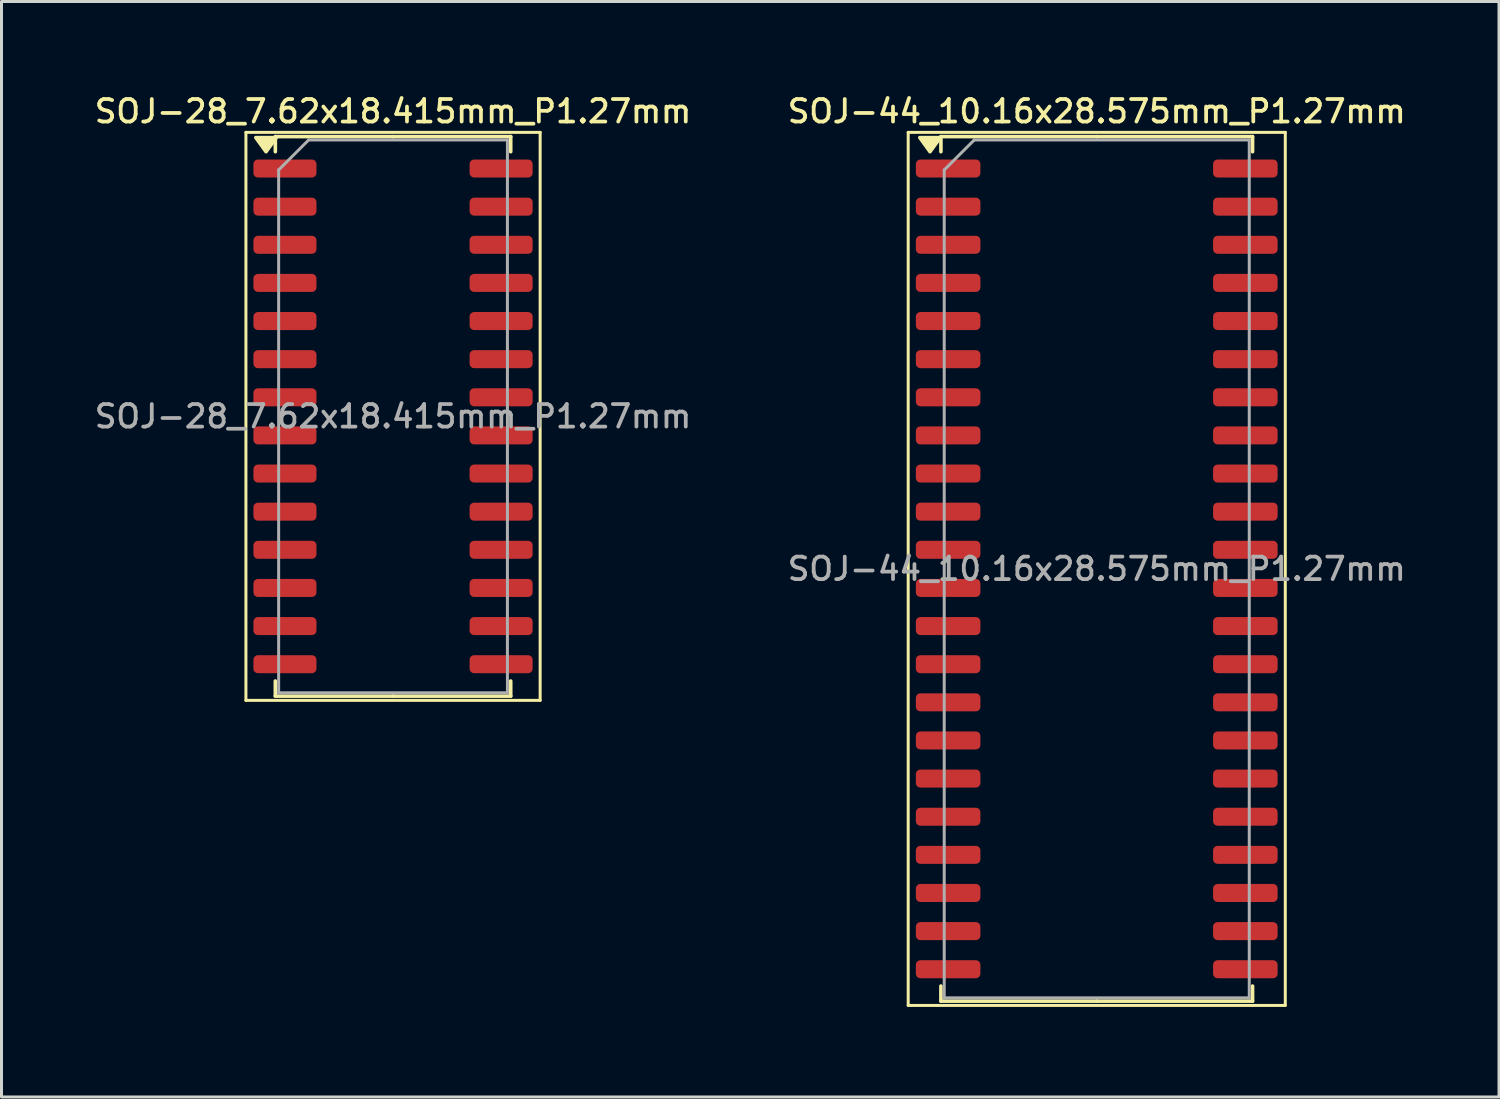
<source format=kicad_pcb>
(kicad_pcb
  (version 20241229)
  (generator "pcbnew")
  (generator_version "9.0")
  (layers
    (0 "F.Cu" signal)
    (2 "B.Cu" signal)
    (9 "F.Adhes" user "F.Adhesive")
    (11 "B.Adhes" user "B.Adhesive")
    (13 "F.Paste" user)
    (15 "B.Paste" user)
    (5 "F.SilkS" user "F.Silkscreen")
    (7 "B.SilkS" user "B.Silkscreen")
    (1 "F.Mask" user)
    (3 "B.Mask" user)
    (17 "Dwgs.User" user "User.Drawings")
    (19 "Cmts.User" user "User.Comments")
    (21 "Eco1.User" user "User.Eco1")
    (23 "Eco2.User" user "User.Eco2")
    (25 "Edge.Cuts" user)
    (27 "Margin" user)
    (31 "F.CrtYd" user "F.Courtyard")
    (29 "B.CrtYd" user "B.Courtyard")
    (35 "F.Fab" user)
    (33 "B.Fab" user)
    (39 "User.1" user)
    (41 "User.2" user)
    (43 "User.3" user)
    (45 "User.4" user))
  (footprint "SOJ-44_10.16x28.575mm_P1.27mm"
    (layer "F.Cu")
    (at 33.48 15.898)
    (property "Reference" "SOJ-44_10.16x28.575mm_P1.27mm" (at 0 -15.24 0) (layer "F.SilkS") (effects (font (size 0.75 0.75) (thickness 0.125))))
    (attr smd)
    (fp_line (start -6.28 -14.54) (end -6.28 14.54) (stroke (width 0.1) (type solid)) (layer "F.SilkS"))
    (fp_line (start -6.28 14.54) (end 6.28 14.54) (stroke (width 0.1) (type solid)) (layer "F.SilkS"))
    (fp_line (start -5.19 -14.398) (end -5.19 -13.895) (stroke (width 0.12) (type solid)) (layer "F.SilkS"))
    (fp_line (start -5.19 14.398) (end -5.19 13.895) (stroke (width 0.12) (type solid)) (layer "F.SilkS"))
    (fp_line (start 0 -14.398) (end -5.19 -14.398) (stroke (width 0.12) (type solid)) (layer "F.SilkS"))
    (fp_line (start 0 -14.398) (end 5.19 -14.398) (stroke (width 0.12) (type solid)) (layer "F.SilkS"))
    (fp_line (start 0 14.398) (end -5.19 14.398) (stroke (width 0.12) (type solid)) (layer "F.SilkS"))
    (fp_line (start 0 14.398) (end 5.19 14.398) (stroke (width 0.12) (type solid)) (layer "F.SilkS"))
    (fp_line (start 5.19 -14.398) (end 5.19 -13.895) (stroke (width 0.12) (type solid)) (layer "F.SilkS"))
    (fp_line (start 5.19 14.398) (end 5.19 13.895) (stroke (width 0.12) (type solid)) (layer "F.SilkS"))
    (fp_line (start 6.28 -14.54) (end -6.28 -14.54) (stroke (width 0.1) (type solid)) (layer "F.SilkS"))
    (fp_line (start 6.28 14.54) (end 6.28 -14.54) (stroke (width 0.1) (type solid)) (layer "F.SilkS"))
    (fp_poly (pts (xy -5.553 -13.895) (xy -5.893 -14.365) (xy -5.213 -14.365) (xy -5.553 -13.895)) (stroke (width 0.12) (type solid)) (fill yes) (layer "F.SilkS"))
    (fp_line (start -5.08 -13.287) (end -4.08 -14.287) (stroke (width 0.1) (type solid)) (layer "F.Fab"))
    (fp_line (start -5.08 14.287) (end -5.08 -13.287) (stroke (width 0.1) (type solid)) (layer "F.Fab"))
    (fp_line (start -4.08 -14.287) (end 5.08 -14.287) (stroke (width 0.1) (type solid)) (layer "F.Fab"))
    (fp_line (start 5.08 -14.287) (end 5.08 14.287) (stroke (width 0.1) (type solid)) (layer "F.Fab"))
    (fp_line (start 5.08 14.287) (end -5.08 14.287) (stroke (width 0.1) (type solid)) (layer "F.Fab"))
    (fp_text user "${REFERENCE}" (at 0 0 0) (layer "F.Fab") (effects (font (size 0.75 0.75) (thickness 0.125))))
    (pad "1" smd roundrect (at -4.95 -13.335) (size 2.15 0.6) (layers "F.Cu" "F.Mask" "F.Paste") (roundrect_rratio 0.25))
    (pad "2" smd roundrect (at -4.95 -12.065) (size 2.15 0.6) (layers "F.Cu" "F.Mask" "F.Paste") (roundrect_rratio 0.25))
    (pad "3" smd roundrect (at -4.95 -10.795) (size 2.15 0.6) (layers "F.Cu" "F.Mask" "F.Paste") (roundrect_rratio 0.25))
    (pad "4" smd roundrect (at -4.95 -9.525) (size 2.15 0.6) (layers "F.Cu" "F.Mask" "F.Paste") (roundrect_rratio 0.25))
    (pad "5" smd roundrect (at -4.95 -8.255) (size 2.15 0.6) (layers "F.Cu" "F.Mask" "F.Paste") (roundrect_rratio 0.25))
    (pad "6" smd roundrect (at -4.95 -6.985) (size 2.15 0.6) (layers "F.Cu" "F.Mask" "F.Paste") (roundrect_rratio 0.25))
    (pad "7" smd roundrect (at -4.95 -5.715) (size 2.15 0.6) (layers "F.Cu" "F.Mask" "F.Paste") (roundrect_rratio 0.25))
    (pad "8" smd roundrect (at -4.95 -4.445) (size 2.15 0.6) (layers "F.Cu" "F.Mask" "F.Paste") (roundrect_rratio 0.25))
    (pad "9" smd roundrect (at -4.95 -3.175) (size 2.15 0.6) (layers "F.Cu" "F.Mask" "F.Paste") (roundrect_rratio 0.25))
    (pad "10" smd roundrect (at -4.95 -1.905) (size 2.15 0.6) (layers "F.Cu" "F.Mask" "F.Paste") (roundrect_rratio 0.25))
    (pad "11" smd roundrect (at -4.95 -0.635) (size 2.15 0.6) (layers "F.Cu" "F.Mask" "F.Paste") (roundrect_rratio 0.25))
    (pad "12" smd roundrect (at -4.95 0.635) (size 2.15 0.6) (layers "F.Cu" "F.Mask" "F.Paste") (roundrect_rratio 0.25))
    (pad "13" smd roundrect (at -4.95 1.905) (size 2.15 0.6) (layers "F.Cu" "F.Mask" "F.Paste") (roundrect_rratio 0.25))
    (pad "14" smd roundrect (at -4.95 3.175) (size 2.15 0.6) (layers "F.Cu" "F.Mask" "F.Paste") (roundrect_rratio 0.25))
    (pad "15" smd roundrect (at -4.95 4.445) (size 2.15 0.6) (layers "F.Cu" "F.Mask" "F.Paste") (roundrect_rratio 0.25))
    (pad "16" smd roundrect (at -4.95 5.715) (size 2.15 0.6) (layers "F.Cu" "F.Mask" "F.Paste") (roundrect_rratio 0.25))
    (pad "17" smd roundrect (at -4.95 6.985) (size 2.15 0.6) (layers "F.Cu" "F.Mask" "F.Paste") (roundrect_rratio 0.25))
    (pad "18" smd roundrect (at -4.95 8.255) (size 2.15 0.6) (layers "F.Cu" "F.Mask" "F.Paste") (roundrect_rratio 0.25))
    (pad "19" smd roundrect (at -4.95 9.525) (size 2.15 0.6) (layers "F.Cu" "F.Mask" "F.Paste") (roundrect_rratio 0.25))
    (pad "20" smd roundrect (at -4.95 10.795) (size 2.15 0.6) (layers "F.Cu" "F.Mask" "F.Paste") (roundrect_rratio 0.25))
    (pad "21" smd roundrect (at -4.95 12.065) (size 2.15 0.6) (layers "F.Cu" "F.Mask" "F.Paste") (roundrect_rratio 0.25))
    (pad "22" smd roundrect (at -4.95 13.335) (size 2.15 0.6) (layers "F.Cu" "F.Mask" "F.Paste") (roundrect_rratio 0.25))
    (pad "23" smd roundrect (at 4.95 13.335) (size 2.15 0.6) (layers "F.Cu" "F.Mask" "F.Paste") (roundrect_rratio 0.25))
    (pad "24" smd roundrect (at 4.95 12.065) (size 2.15 0.6) (layers "F.Cu" "F.Mask" "F.Paste") (roundrect_rratio 0.25))
    (pad "25" smd roundrect (at 4.95 10.795) (size 2.15 0.6) (layers "F.Cu" "F.Mask" "F.Paste") (roundrect_rratio 0.25))
    (pad "26" smd roundrect (at 4.95 9.525) (size 2.15 0.6) (layers "F.Cu" "F.Mask" "F.Paste") (roundrect_rratio 0.25))
    (pad "27" smd roundrect (at 4.95 8.255) (size 2.15 0.6) (layers "F.Cu" "F.Mask" "F.Paste") (roundrect_rratio 0.25))
    (pad "28" smd roundrect (at 4.95 6.985) (size 2.15 0.6) (layers "F.Cu" "F.Mask" "F.Paste") (roundrect_rratio 0.25))
    (pad "29" smd roundrect (at 4.95 5.715) (size 2.15 0.6) (layers "F.Cu" "F.Mask" "F.Paste") (roundrect_rratio 0.25))
    (pad "30" smd roundrect (at 4.95 4.445) (size 2.15 0.6) (layers "F.Cu" "F.Mask" "F.Paste") (roundrect_rratio 0.25))
    (pad "31" smd roundrect (at 4.95 3.175) (size 2.15 0.6) (layers "F.Cu" "F.Mask" "F.Paste") (roundrect_rratio 0.25))
    (pad "32" smd roundrect (at 4.95 1.905) (size 2.15 0.6) (layers "F.Cu" "F.Mask" "F.Paste") (roundrect_rratio 0.25))
    (pad "33" smd roundrect (at 4.95 0.635) (size 2.15 0.6) (layers "F.Cu" "F.Mask" "F.Paste") (roundrect_rratio 0.25))
    (pad "34" smd roundrect (at 4.95 -0.635) (size 2.15 0.6) (layers "F.Cu" "F.Mask" "F.Paste") (roundrect_rratio 0.25))
    (pad "35" smd roundrect (at 4.95 -1.905) (size 2.15 0.6) (layers "F.Cu" "F.Mask" "F.Paste") (roundrect_rratio 0.25))
    (pad "36" smd roundrect (at 4.95 -3.175) (size 2.15 0.6) (layers "F.Cu" "F.Mask" "F.Paste") (roundrect_rratio 0.25))
    (pad "37" smd roundrect (at 4.95 -4.445) (size 2.15 0.6) (layers "F.Cu" "F.Mask" "F.Paste") (roundrect_rratio 0.25))
    (pad "38" smd roundrect (at 4.95 -5.715) (size 2.15 0.6) (layers "F.Cu" "F.Mask" "F.Paste") (roundrect_rratio 0.25))
    (pad "39" smd roundrect (at 4.95 -6.985) (size 2.15 0.6) (layers "F.Cu" "F.Mask" "F.Paste") (roundrect_rratio 0.25))
    (pad "40" smd roundrect (at 4.95 -8.255) (size 2.15 0.6) (layers "F.Cu" "F.Mask" "F.Paste") (roundrect_rratio 0.25))
    (pad "41" smd roundrect (at 4.95 -9.525) (size 2.15 0.6) (layers "F.Cu" "F.Mask" "F.Paste") (roundrect_rratio 0.25))
    (pad "42" smd roundrect (at 4.95 -10.795) (size 2.15 0.6) (layers "F.Cu" "F.Mask" "F.Paste") (roundrect_rratio 0.25))
    (pad "43" smd roundrect (at 4.95 -12.065) (size 2.15 0.6) (layers "F.Cu" "F.Mask" "F.Paste") (roundrect_rratio 0.25))
    (pad "44" smd roundrect (at 4.95 -13.335) (size 2.15 0.6) (layers "F.Cu" "F.Mask" "F.Paste") (roundrect_rratio 0.25)))
  (footprint "SOJ-28_7.62x18.415mm_P1.27mm"
    (layer "F.Cu")
    (at 10.041 10.818)
    (property "Reference" "SOJ-28_7.62x18.415mm_P1.27mm" (at 0 -10.16 0) (layer "F.SilkS") (effects (font (size 0.75 0.75) (thickness 0.125))))
    (attr smd)
    (fp_line (start -4.9 -9.46) (end -4.9 9.46) (stroke (width 0.1) (type solid)) (layer "F.SilkS"))
    (fp_line (start -4.9 9.46) (end 4.9 9.46) (stroke (width 0.1) (type solid)) (layer "F.SilkS"))
    (fp_line (start -3.92 -9.318) (end -3.92 -8.815) (stroke (width 0.12) (type solid)) (layer "F.SilkS"))
    (fp_line (start -3.92 9.318) (end -3.92 8.815) (stroke (width 0.12) (type solid)) (layer "F.SilkS"))
    (fp_line (start 0 -9.318) (end -3.92 -9.318) (stroke (width 0.12) (type solid)) (layer "F.SilkS"))
    (fp_line (start 0 -9.318) (end 3.92 -9.318) (stroke (width 0.12) (type solid)) (layer "F.SilkS"))
    (fp_line (start 0 9.318) (end -3.92 9.318) (stroke (width 0.12) (type solid)) (layer "F.SilkS"))
    (fp_line (start 0 9.318) (end 3.92 9.318) (stroke (width 0.12) (type solid)) (layer "F.SilkS"))
    (fp_line (start 3.92 -9.318) (end 3.92 -8.815) (stroke (width 0.12) (type solid)) (layer "F.SilkS"))
    (fp_line (start 3.92 9.318) (end 3.92 8.815) (stroke (width 0.12) (type solid)) (layer "F.SilkS"))
    (fp_line (start 4.9 -9.46) (end -4.9 -9.46) (stroke (width 0.1) (type solid)) (layer "F.SilkS"))
    (fp_line (start 4.9 9.46) (end 4.9 -9.46) (stroke (width 0.1) (type solid)) (layer "F.SilkS"))
    (fp_poly (pts (xy -4.23 -8.815) (xy -4.57 -9.285) (xy -3.89 -9.285) (xy -4.23 -8.815)) (stroke (width 0.12) (type solid)) (fill yes) (layer "F.SilkS"))
    (fp_line (start -3.81 -8.207) (end -2.81 -9.207) (stroke (width 0.1) (type solid)) (layer "F.Fab"))
    (fp_line (start -3.81 9.207) (end -3.81 -8.207) (stroke (width 0.1) (type solid)) (layer "F.Fab"))
    (fp_line (start -2.81 -9.207) (end 3.81 -9.207) (stroke (width 0.1) (type solid)) (layer "F.Fab"))
    (fp_line (start 3.81 -9.207) (end 3.81 9.207) (stroke (width 0.1) (type solid)) (layer "F.Fab"))
    (fp_line (start 3.81 9.207) (end -3.81 9.207) (stroke (width 0.1) (type solid)) (layer "F.Fab"))
    (fp_text user "${REFERENCE}" (at 0 0 0) (layer "F.Fab") (effects (font (size 0.75 0.75) (thickness 0.125))))
    (pad "1" smd roundrect (at -3.6 -8.255) (size 2.1 0.6) (layers "F.Cu" "F.Mask" "F.Paste") (roundrect_rratio 0.25))
    (pad "2" smd roundrect (at -3.6 -6.985) (size 2.1 0.6) (layers "F.Cu" "F.Mask" "F.Paste") (roundrect_rratio 0.25))
    (pad "3" smd roundrect (at -3.6 -5.715) (size 2.1 0.6) (layers "F.Cu" "F.Mask" "F.Paste") (roundrect_rratio 0.25))
    (pad "4" smd roundrect (at -3.6 -4.445) (size 2.1 0.6) (layers "F.Cu" "F.Mask" "F.Paste") (roundrect_rratio 0.25))
    (pad "5" smd roundrect (at -3.6 -3.175) (size 2.1 0.6) (layers "F.Cu" "F.Mask" "F.Paste") (roundrect_rratio 0.25))
    (pad "6" smd roundrect (at -3.6 -1.905) (size 2.1 0.6) (layers "F.Cu" "F.Mask" "F.Paste") (roundrect_rratio 0.25))
    (pad "7" smd roundrect (at -3.6 -0.635) (size 2.1 0.6) (layers "F.Cu" "F.Mask" "F.Paste") (roundrect_rratio 0.25))
    (pad "8" smd roundrect (at -3.6 0.635) (size 2.1 0.6) (layers "F.Cu" "F.Mask" "F.Paste") (roundrect_rratio 0.25))
    (pad "9" smd roundrect (at -3.6 1.905) (size 2.1 0.6) (layers "F.Cu" "F.Mask" "F.Paste") (roundrect_rratio 0.25))
    (pad "10" smd roundrect (at -3.6 3.175) (size 2.1 0.6) (layers "F.Cu" "F.Mask" "F.Paste") (roundrect_rratio 0.25))
    (pad "11" smd roundrect (at -3.6 4.445) (size 2.1 0.6) (layers "F.Cu" "F.Mask" "F.Paste") (roundrect_rratio 0.25))
    (pad "12" smd roundrect (at -3.6 5.715) (size 2.1 0.6) (layers "F.Cu" "F.Mask" "F.Paste") (roundrect_rratio 0.25))
    (pad "13" smd roundrect (at -3.6 6.985) (size 2.1 0.6) (layers "F.Cu" "F.Mask" "F.Paste") (roundrect_rratio 0.25))
    (pad "14" smd roundrect (at -3.6 8.255) (size 2.1 0.6) (layers "F.Cu" "F.Mask" "F.Paste") (roundrect_rratio 0.25))
    (pad "15" smd roundrect (at 3.6 8.255) (size 2.1 0.6) (layers "F.Cu" "F.Mask" "F.Paste") (roundrect_rratio 0.25))
    (pad "16" smd roundrect (at 3.6 6.985) (size 2.1 0.6) (layers "F.Cu" "F.Mask" "F.Paste") (roundrect_rratio 0.25))
    (pad "17" smd roundrect (at 3.6 5.715) (size 2.1 0.6) (layers "F.Cu" "F.Mask" "F.Paste") (roundrect_rratio 0.25))
    (pad "18" smd roundrect (at 3.6 4.445) (size 2.1 0.6) (layers "F.Cu" "F.Mask" "F.Paste") (roundrect_rratio 0.25))
    (pad "19" smd roundrect (at 3.6 3.175) (size 2.1 0.6) (layers "F.Cu" "F.Mask" "F.Paste") (roundrect_rratio 0.25))
    (pad "20" smd roundrect (at 3.6 1.905) (size 2.1 0.6) (layers "F.Cu" "F.Mask" "F.Paste") (roundrect_rratio 0.25))
    (pad "21" smd roundrect (at 3.6 0.635) (size 2.1 0.6) (layers "F.Cu" "F.Mask" "F.Paste") (roundrect_rratio 0.25))
    (pad "22" smd roundrect (at 3.6 -0.635) (size 2.1 0.6) (layers "F.Cu" "F.Mask" "F.Paste") (roundrect_rratio 0.25))
    (pad "23" smd roundrect (at 3.6 -1.905) (size 2.1 0.6) (layers "F.Cu" "F.Mask" "F.Paste") (roundrect_rratio 0.25))
    (pad "24" smd roundrect (at 3.6 -3.175) (size 2.1 0.6) (layers "F.Cu" "F.Mask" "F.Paste") (roundrect_rratio 0.25))
    (pad "25" smd roundrect (at 3.6 -4.445) (size 2.1 0.6) (layers "F.Cu" "F.Mask" "F.Paste") (roundrect_rratio 0.25))
    (pad "26" smd roundrect (at 3.6 -5.715) (size 2.1 0.6) (layers "F.Cu" "F.Mask" "F.Paste") (roundrect_rratio 0.25))
    (pad "27" smd roundrect (at 3.6 -6.985) (size 2.1 0.6) (layers "F.Cu" "F.Mask" "F.Paste") (roundrect_rratio 0.25))
    (pad "28" smd roundrect (at 3.6 -8.255) (size 2.1 0.6) (layers "F.Cu" "F.Mask" "F.Paste") (roundrect_rratio 0.25)))
  (gr_rect
    (start -3 -3)
    (end 46.879 33.488)
    (stroke (width 0.1) (type default))
    (fill no)
    (layer "Edge.Cuts")))
</source>
